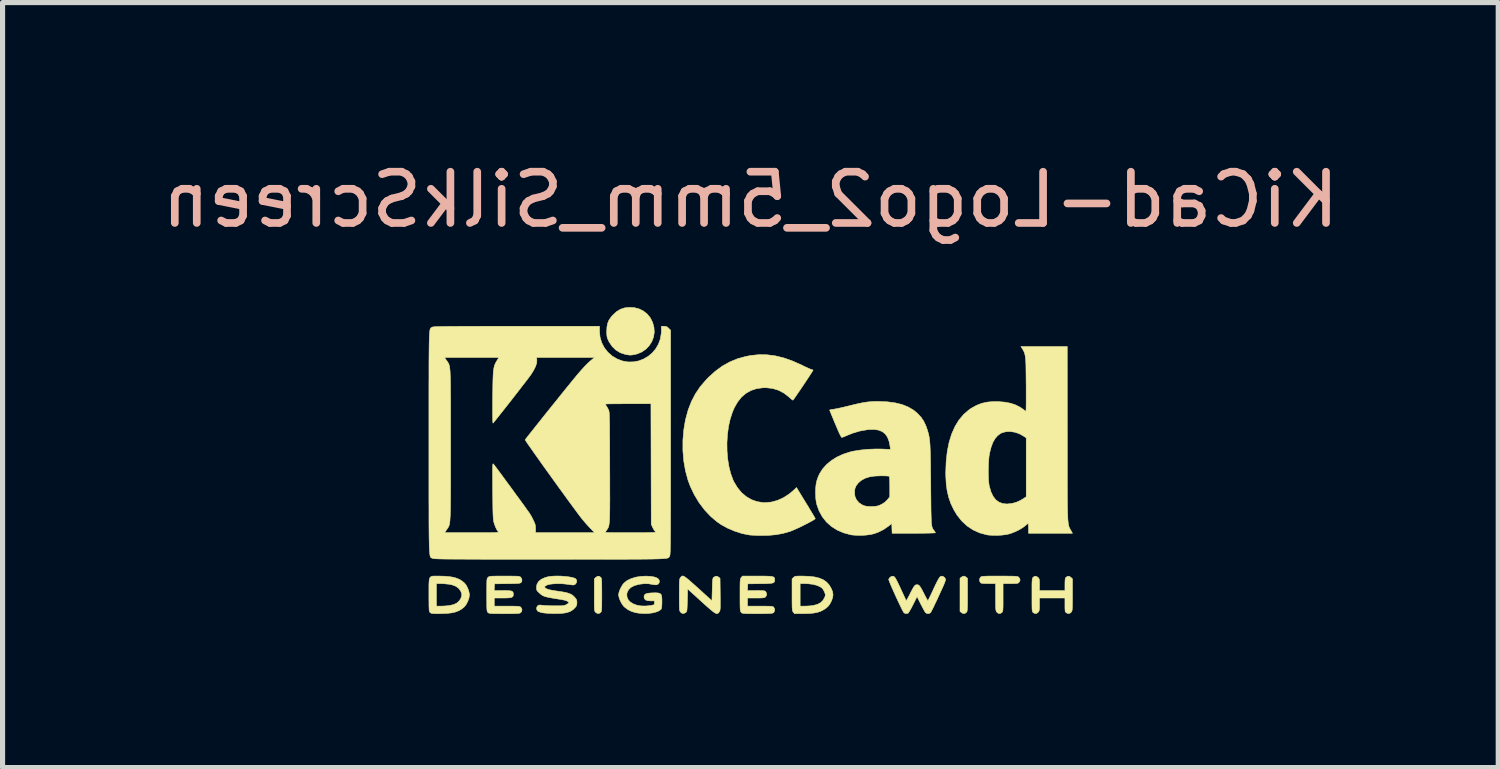
<source format=kicad_pcb>
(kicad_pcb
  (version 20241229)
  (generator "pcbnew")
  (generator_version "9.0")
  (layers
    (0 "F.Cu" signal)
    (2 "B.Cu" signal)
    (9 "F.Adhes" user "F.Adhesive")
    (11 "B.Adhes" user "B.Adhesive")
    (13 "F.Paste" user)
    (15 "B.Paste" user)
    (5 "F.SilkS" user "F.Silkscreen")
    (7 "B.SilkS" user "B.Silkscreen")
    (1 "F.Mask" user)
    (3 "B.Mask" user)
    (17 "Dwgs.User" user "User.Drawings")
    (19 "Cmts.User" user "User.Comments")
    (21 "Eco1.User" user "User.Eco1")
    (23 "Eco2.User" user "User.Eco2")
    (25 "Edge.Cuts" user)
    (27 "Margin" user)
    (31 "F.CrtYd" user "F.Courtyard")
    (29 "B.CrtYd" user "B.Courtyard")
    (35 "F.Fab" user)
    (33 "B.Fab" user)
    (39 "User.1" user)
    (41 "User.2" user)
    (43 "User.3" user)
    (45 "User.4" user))
  (footprint "KiCad-Logo2_5mm_SilkScreen"
    (layer "F.Cu")
    (at 11.601 5.928)
    (property "Reference" "KiCad-Logo2_5mm_SilkScreen" (at 0 -5.08 0) (layer "B.SilkS") (effects (font (size 1 1) (thickness 0.15)) (justify mirror)))
    (attr exclude_from_pos_files exclude_from_bom)
    (fp_poly (pts (xy 4.189 2.276) (xy 4.212 2.291) (xy 4.239 2.312) (xy 4.239 2.634) (xy 4.239 2.728) (xy 4.239 2.802) (xy 4.238 2.859) (xy 4.236 2.901) (xy 4.234 2.931) (xy 4.231 2.951) (xy 4.227 2.965) (xy 4.221 2.974) (xy 4.217 2.979) (xy 4.186 3) (xy 4.15 2.999) (xy 4.119 2.981) (xy 4.092 2.96) (xy 4.092 2.312) (xy 4.119 2.291) (xy 4.145 2.275) (xy 4.166 2.269) (xy 4.189 2.276)) (stroke (width 0.01) (type solid)) (fill yes) (layer "F.SilkS"))
    (fp_poly (pts (xy -2.924 2.292) (xy -2.917 2.299) (xy -2.912 2.309) (xy -2.908 2.324) (xy -2.905 2.346) (xy -2.903 2.378) (xy -2.902 2.422) (xy -2.902 2.482) (xy -2.901 2.56) (xy -2.901 2.636) (xy -2.901 2.73) (xy -2.902 2.804) (xy -2.902 2.86) (xy -2.904 2.902) (xy -2.906 2.932) (xy -2.909 2.952) (xy -2.913 2.965) (xy -2.919 2.974) (xy -2.924 2.98) (xy -2.957 3) (xy -2.992 2.998) (xy -3.023 2.977) (xy -3.031 2.968) (xy -3.036 2.959) (xy -3.041 2.945) (xy -3.044 2.924) (xy -3.046 2.895) (xy -3.047 2.853) (xy -3.048 2.796) (xy -3.048 2.722) (xy -3.048 2.638) (xy -3.048 2.324) (xy -3.02 2.297) (xy -2.986 2.273) (xy -2.953 2.273) (xy -2.924 2.292)) (stroke (width 0.01) (type solid)) (fill yes) (layer "F.SilkS"))
    (fp_poly (pts (xy -2.273 -2.973) (xy -2.177 -2.949) (xy -2.09 -2.906) (xy -2.015 -2.847) (xy -1.954 -2.772) (xy -1.909 -2.683) (xy -1.883 -2.586) (xy -1.877 -2.489) (xy -1.892 -2.395) (xy -1.926 -2.307) (xy -1.977 -2.228) (xy -2.042 -2.16) (xy -2.121 -2.106) (xy -2.212 -2.068) (xy -2.263 -2.056) (xy -2.308 -2.048) (xy -2.342 -2.045) (xy -2.375 -2.047) (xy -2.415 -2.054) (xy -2.449 -2.061) (xy -2.542 -2.092) (xy -2.626 -2.143) (xy -2.698 -2.213) (xy -2.756 -2.298) (xy -2.77 -2.326) (xy -2.787 -2.362) (xy -2.797 -2.392) (xy -2.802 -2.425) (xy -2.805 -2.466) (xy -2.805 -2.512) (xy -2.801 -2.596) (xy -2.787 -2.665) (xy -2.762 -2.726) (xy -2.723 -2.784) (xy -2.684 -2.829) (xy -2.612 -2.895) (xy -2.537 -2.94) (xy -2.455 -2.967) (xy -2.377 -2.977) (xy -2.273 -2.973)) (stroke (width 0.01) (type solid)) (fill yes) (layer "F.SilkS"))
    (fp_poly (pts (xy 4.963 2.269) (xy 5.042 2.27) (xy 5.103 2.27) (xy 5.149 2.272) (xy 5.182 2.274) (xy 5.205 2.277) (xy 5.221 2.28) (xy 5.231 2.285) (xy 5.236 2.289) (xy 5.261 2.321) (xy 5.265 2.355) (xy 5.249 2.386) (xy 5.238 2.398) (xy 5.227 2.406) (xy 5.211 2.412) (xy 5.186 2.414) (xy 5.147 2.416) (xy 5.09 2.416) (xy 5.079 2.416) (xy 4.933 2.416) (xy 4.933 2.687) (xy 4.933 2.772) (xy 4.933 2.838) (xy 4.932 2.887) (xy 4.93 2.922) (xy 4.927 2.946) (xy 4.923 2.962) (xy 4.918 2.972) (xy 4.911 2.98) (xy 4.878 3) (xy 4.843 2.999) (xy 4.812 2.976) (xy 4.81 2.973) (xy 4.802 2.962) (xy 4.797 2.95) (xy 4.793 2.933) (xy 4.79 2.908) (xy 4.788 2.872) (xy 4.787 2.822) (xy 4.787 2.755) (xy 4.786 2.68) (xy 4.786 2.416) (xy 4.647 2.416) (xy 4.587 2.415) (xy 4.546 2.414) (xy 4.519 2.411) (xy 4.502 2.405) (xy 4.49 2.397) (xy 4.489 2.395) (xy 4.473 2.362) (xy 4.474 2.324) (xy 4.493 2.292) (xy 4.5 2.285) (xy 4.51 2.28) (xy 4.524 2.276) (xy 4.545 2.274) (xy 4.575 2.272) (xy 4.618 2.27) (xy 4.676 2.269) (xy 4.75 2.269) (xy 4.844 2.269) (xy 4.864 2.269) (xy 4.963 2.269)) (stroke (width 0.01) (type solid)) (fill yes) (layer "F.SilkS"))
    (fp_poly (pts (xy 6.229 2.275) (xy 6.26 2.297) (xy 6.288 2.324) (xy 6.288 2.634) (xy 6.288 2.726) (xy 6.287 2.798) (xy 6.287 2.853) (xy 6.285 2.893) (xy 6.283 2.922) (xy 6.28 2.942) (xy 6.275 2.956) (xy 6.269 2.967) (xy 6.265 2.973) (xy 6.234 2.998) (xy 6.198 3) (xy 6.166 2.985) (xy 6.156 2.976) (xy 6.148 2.965) (xy 6.144 2.946) (xy 6.142 2.915) (xy 6.141 2.869) (xy 6.141 2.833) (xy 6.141 2.698) (xy 5.644 2.698) (xy 5.644 2.821) (xy 5.644 2.877) (xy 5.642 2.915) (xy 5.638 2.941) (xy 5.63 2.96) (xy 5.621 2.973) (xy 5.59 2.998) (xy 5.555 3.001) (xy 5.522 2.983) (xy 5.513 2.974) (xy 5.506 2.962) (xy 5.502 2.943) (xy 5.499 2.914) (xy 5.498 2.87) (xy 5.497 2.808) (xy 5.497 2.794) (xy 5.497 2.678) (xy 5.497 2.582) (xy 5.497 2.504) (xy 5.497 2.443) (xy 5.498 2.396) (xy 5.5 2.361) (xy 5.502 2.335) (xy 5.505 2.318) (xy 5.51 2.306) (xy 5.515 2.298) (xy 5.52 2.292) (xy 5.552 2.272) (xy 5.585 2.275) (xy 5.617 2.297) (xy 5.629 2.311) (xy 5.638 2.327) (xy 5.642 2.35) (xy 5.644 2.384) (xy 5.644 2.436) (xy 5.644 2.551) (xy 6.141 2.551) (xy 6.141 2.433) (xy 6.142 2.378) (xy 6.144 2.341) (xy 6.148 2.317) (xy 6.155 2.301) (xy 6.164 2.292) (xy 6.196 2.272) (xy 6.229 2.275)) (stroke (width 0.01) (type solid)) (fill yes) (layer "F.SilkS"))
    (fp_poly (pts (xy 1.018 2.269) (xy 1.147 2.274) (xy 1.257 2.287) (xy 1.349 2.31) (xy 1.426 2.343) (xy 1.489 2.388) (xy 1.539 2.444) (xy 1.58 2.514) (xy 1.58 2.515) (xy 1.605 2.577) (xy 1.613 2.633) (xy 1.606 2.688) (xy 1.584 2.751) (xy 1.579 2.761) (xy 1.55 2.817) (xy 1.517 2.86) (xy 1.475 2.897) (xy 1.417 2.934) (xy 1.414 2.936) (xy 1.364 2.96) (xy 1.307 2.978) (xy 1.24 2.991) (xy 1.159 2.999) (xy 1.06 3.002) (xy 1.025 3.002) (xy 0.86 3.003) (xy 0.836 2.973) (xy 0.829 2.963) (xy 0.824 2.952) (xy 0.82 2.936) (xy 0.817 2.913) (xy 0.815 2.88) (xy 0.814 2.856) (xy 0.971 2.856) (xy 1.065 2.856) (xy 1.12 2.854) (xy 1.176 2.85) (xy 1.222 2.844) (xy 1.225 2.844) (xy 1.307 2.822) (xy 1.371 2.789) (xy 1.418 2.743) (xy 1.451 2.683) (xy 1.457 2.667) (xy 1.463 2.642) (xy 1.46 2.618) (xy 1.448 2.585) (xy 1.441 2.569) (xy 1.418 2.527) (xy 1.39 2.497) (xy 1.359 2.477) (xy 1.297 2.45) (xy 1.218 2.43) (xy 1.125 2.419) (xy 1.058 2.416) (xy 0.971 2.416) (xy 0.971 2.856) (xy 0.814 2.856) (xy 0.814 2.835) (xy 0.813 2.774) (xy 0.813 2.696) (xy 0.813 2.634) (xy 0.813 2.324) (xy 0.841 2.297) (xy 0.853 2.286) (xy 0.866 2.278) (xy 0.885 2.273) (xy 0.913 2.27) (xy 0.955 2.269) (xy 1.015 2.269) (xy 1.018 2.269)) (stroke (width 0.01) (type solid)) (fill yes) (layer "F.SilkS"))
    (fp_poly (pts (xy -6.121 2.269) (xy -6.082 2.269) (xy -5.966 2.272) (xy -5.869 2.281) (xy -5.788 2.295) (xy -5.719 2.317) (xy -5.658 2.347) (xy -5.604 2.387) (xy -5.584 2.404) (xy -5.552 2.443) (xy -5.523 2.497) (xy -5.5 2.557) (xy -5.488 2.615) (xy -5.486 2.636) (xy -5.494 2.695) (xy -5.516 2.759) (xy -5.547 2.82) (xy -5.584 2.868) (xy -5.59 2.874) (xy -5.641 2.915) (xy -5.696 2.947) (xy -5.76 2.971) (xy -5.834 2.988) (xy -5.924 2.998) (xy -6.031 3.002) (xy -6.08 3.003) (xy -6.142 3.003) (xy -6.186 3.001) (xy -6.215 2.999) (xy -6.234 2.994) (xy -6.247 2.987) (xy -6.254 2.98) (xy -6.261 2.973) (xy -6.266 2.963) (xy -6.27 2.948) (xy -6.273 2.926) (xy -6.274 2.894) (xy -6.276 2.85) (xy -6.276 2.79) (xy -6.277 2.712) (xy -6.277 2.636) (xy -6.277 2.535) (xy -6.277 2.454) (xy -6.276 2.416) (xy -6.13 2.416) (xy -6.13 2.856) (xy -6.037 2.856) (xy -5.981 2.854) (xy -5.922 2.85) (xy -5.873 2.844) (xy -5.872 2.844) (xy -5.792 2.825) (xy -5.731 2.795) (xy -5.684 2.753) (xy -5.655 2.707) (xy -5.636 2.656) (xy -5.638 2.608) (xy -5.659 2.557) (xy -5.7 2.504) (xy -5.758 2.465) (xy -5.833 2.438) (xy -5.883 2.429) (xy -5.939 2.423) (xy -6 2.418) (xy -6.051 2.416) (xy -6.054 2.416) (xy -6.13 2.416) (xy -6.276 2.416) (xy -6.275 2.392) (xy -6.271 2.345) (xy -6.263 2.312) (xy -6.25 2.29) (xy -6.23 2.277) (xy -6.203 2.27) (xy -6.167 2.269) (xy -6.121 2.269)) (stroke (width 0.01) (type solid)) (fill yes) (layer "F.SilkS"))
    (fp_poly (pts (xy -1.3 2.273) (xy -1.277 2.287) (xy -1.246 2.31) (xy -1.206 2.342) (xy -1.156 2.386) (xy -1.094 2.441) (xy -1.018 2.509) (xy -0.931 2.588) (xy -0.751 2.752) (xy -0.745 2.532) (xy -0.743 2.456) (xy -0.741 2.4) (xy -0.739 2.36) (xy -0.736 2.332) (xy -0.731 2.314) (xy -0.725 2.303) (xy -0.717 2.294) (xy -0.713 2.291) (xy -0.678 2.272) (xy -0.645 2.274) (xy -0.619 2.291) (xy -0.593 2.312) (xy -0.589 2.627) (xy -0.588 2.72) (xy -0.588 2.793) (xy -0.588 2.848) (xy -0.589 2.889) (xy -0.591 2.919) (xy -0.594 2.939) (xy -0.598 2.953) (xy -0.604 2.964) (xy -0.61 2.972) (xy -0.623 2.988) (xy -0.637 2.999) (xy -0.652 3.003) (xy -0.671 2.999) (xy -0.695 2.987) (xy -0.727 2.965) (xy -0.768 2.932) (xy -0.821 2.887) (xy -0.886 2.829) (xy -0.96 2.762) (xy -1.225 2.521) (xy -1.23 2.741) (xy -1.233 2.816) (xy -1.235 2.872) (xy -1.237 2.913) (xy -1.24 2.94) (xy -1.244 2.958) (xy -1.25 2.969) (xy -1.259 2.978) (xy -1.263 2.981) (xy -1.3 3) (xy -1.335 2.997) (xy -1.365 2.973) (xy -1.372 2.963) (xy -1.378 2.952) (xy -1.382 2.936) (xy -1.385 2.913) (xy -1.386 2.88) (xy -1.388 2.835) (xy -1.388 2.774) (xy -1.389 2.694) (xy -1.389 2.636) (xy -1.388 2.544) (xy -1.388 2.473) (xy -1.387 2.418) (xy -1.386 2.378) (xy -1.384 2.349) (xy -1.38 2.329) (xy -1.376 2.315) (xy -1.37 2.305) (xy -1.365 2.299) (xy -1.354 2.285) (xy -1.343 2.274) (xy -1.332 2.268) (xy -1.318 2.267) (xy -1.3 2.273)) (stroke (width 0.01) (type solid)) (fill yes) (layer "F.SilkS"))
    (fp_poly (pts (xy -1.95 2.275) (xy -1.882 2.286) (xy -1.829 2.304) (xy -1.795 2.327) (xy -1.785 2.341) (xy -1.776 2.372) (xy -1.782 2.4) (xy -1.802 2.427) (xy -1.834 2.44) (xy -1.879 2.439) (xy -1.914 2.432) (xy -1.992 2.419) (xy -2.072 2.418) (xy -2.162 2.428) (xy -2.186 2.433) (xy -2.269 2.456) (xy -2.334 2.491) (xy -2.38 2.537) (xy -2.407 2.592) (xy -2.413 2.621) (xy -2.409 2.68) (xy -2.386 2.732) (xy -2.345 2.776) (xy -2.288 2.811) (xy -2.219 2.837) (xy -2.138 2.852) (xy -2.048 2.854) (xy -1.951 2.845) (xy -1.945 2.844) (xy -1.907 2.836) (xy -1.885 2.83) (xy -1.876 2.819) (xy -1.874 2.802) (xy -1.874 2.793) (xy -1.874 2.754) (xy -1.942 2.754) (xy -2.003 2.75) (xy -2.044 2.737) (xy -2.068 2.714) (xy -2.077 2.679) (xy -2.077 2.674) (xy -2.072 2.645) (xy -2.054 2.623) (xy -2.022 2.609) (xy -1.972 2.601) (xy -1.923 2.598) (xy -1.852 2.596) (xy -1.801 2.599) (xy -1.766 2.609) (xy -1.744 2.628) (xy -1.733 2.66) (xy -1.728 2.708) (xy -1.727 2.77) (xy -1.729 2.84) (xy -1.733 2.887) (xy -1.74 2.912) (xy -1.741 2.914) (xy -1.78 2.946) (xy -1.837 2.97) (xy -1.909 2.988) (xy -1.991 2.999) (xy -2.081 3.001) (xy -2.175 2.994) (xy -2.23 2.986) (xy -2.316 2.962) (xy -2.396 2.922) (xy -2.463 2.87) (xy -2.473 2.86) (xy -2.506 2.816) (xy -2.536 2.762) (xy -2.559 2.706) (xy -2.572 2.654) (xy -2.574 2.635) (xy -2.567 2.593) (xy -2.55 2.542) (xy -2.524 2.488) (xy -2.495 2.439) (xy -2.469 2.406) (xy -2.408 2.357) (xy -2.329 2.319) (xy -2.235 2.29) (xy -2.129 2.274) (xy -2.032 2.27) (xy -1.95 2.275)) (stroke (width 0.01) (type solid)) (fill yes) (layer "F.SilkS"))
    (fp_poly (pts (xy 0.23 2.269) (xy 0.307 2.27) (xy 0.365 2.272) (xy 0.408 2.276) (xy 0.438 2.282) (xy 0.457 2.291) (xy 0.468 2.303) (xy 0.473 2.319) (xy 0.474 2.339) (xy 0.474 2.341) (xy 0.473 2.364) (xy 0.468 2.382) (xy 0.457 2.395) (xy 0.437 2.404) (xy 0.406 2.41) (xy 0.36 2.414) (xy 0.298 2.417) (xy 0.216 2.418) (xy 0.191 2.418) (xy -0.051 2.421) (xy -0.054 2.486) (xy -0.058 2.551) (xy 0.111 2.551) (xy 0.176 2.552) (xy 0.223 2.553) (xy 0.255 2.555) (xy 0.276 2.559) (xy 0.289 2.565) (xy 0.299 2.573) (xy 0.299 2.573) (xy 0.316 2.607) (xy 0.316 2.643) (xy 0.297 2.674) (xy 0.294 2.678) (xy 0.281 2.686) (xy 0.263 2.692) (xy 0.237 2.695) (xy 0.197 2.697) (xy 0.142 2.698) (xy 0.106 2.698) (xy -0.056 2.698) (xy -0.056 2.856) (xy 0.19 2.856) (xy 0.272 2.856) (xy 0.333 2.857) (xy 0.379 2.858) (xy 0.41 2.86) (xy 0.431 2.864) (xy 0.445 2.868) (xy 0.453 2.874) (xy 0.455 2.877) (xy 0.472 2.908) (xy 0.473 2.944) (xy 0.46 2.975) (xy 0.449 2.985) (xy 0.438 2.991) (xy 0.421 2.995) (xy 0.396 2.998) (xy 0.359 3) (xy 0.308 3.002) (xy 0.24 3.003) (xy 0.153 3.003) (xy 0.133 3.003) (xy 0.045 3.003) (xy -0.024 3.002) (xy -0.075 3.002) (xy -0.113 3) (xy -0.139 2.998) (xy -0.156 2.994) (xy -0.167 2.989) (xy -0.176 2.983) (xy -0.18 2.978) (xy -0.187 2.97) (xy -0.192 2.96) (xy -0.196 2.945) (xy -0.199 2.923) (xy -0.201 2.89) (xy -0.202 2.845) (xy -0.203 2.785) (xy -0.203 2.707) (xy -0.203 2.641) (xy -0.203 2.549) (xy -0.203 2.476) (xy -0.202 2.421) (xy -0.201 2.38) (xy -0.198 2.35) (xy -0.195 2.33) (xy -0.191 2.316) (xy -0.185 2.305) (xy -0.18 2.299) (xy -0.156 2.269) (xy 0.134 2.269) (xy 0.23 2.269)) (stroke (width 0.01) (type solid)) (fill yes) (layer "F.SilkS"))
    (fp_poly (pts (xy -4.713 2.269) (xy -4.643 2.27) (xy -4.591 2.27) (xy -4.553 2.272) (xy -4.526 2.274) (xy -4.508 2.278) (xy -4.496 2.283) (xy -4.487 2.289) (xy -4.484 2.292) (xy -4.464 2.323) (xy -4.46 2.359) (xy -4.473 2.391) (xy -4.48 2.397) (xy -4.489 2.403) (xy -4.505 2.408) (xy -4.529 2.412) (xy -4.566 2.414) (xy -4.617 2.416) (xy -4.685 2.418) (xy -4.748 2.418) (xy -4.995 2.421) (xy -4.999 2.486) (xy -5.002 2.551) (xy -4.834 2.551) (xy -4.761 2.552) (xy -4.708 2.555) (xy -4.671 2.56) (xy -4.647 2.57) (xy -4.634 2.586) (xy -4.629 2.607) (xy -4.628 2.628) (xy -4.631 2.653) (xy -4.64 2.671) (xy -4.659 2.684) (xy -4.691 2.692) (xy -4.738 2.696) (xy -4.804 2.698) (xy -4.84 2.698) (xy -5.001 2.698) (xy -5.001 2.856) (xy -4.753 2.856) (xy -4.671 2.856) (xy -4.609 2.857) (xy -4.564 2.858) (xy -4.532 2.86) (xy -4.511 2.863) (xy -4.496 2.868) (xy -4.487 2.874) (xy -4.482 2.879) (xy -4.465 2.906) (xy -4.459 2.929) (xy -4.467 2.959) (xy -4.482 2.98) (xy -4.49 2.987) (xy -4.5 2.992) (xy -4.515 2.996) (xy -4.538 2.999) (xy -4.571 3.001) (xy -4.618 3.002) (xy -4.68 3.003) (xy -4.761 3.003) (xy -4.803 3.003) (xy -4.894 3.003) (xy -4.964 3.002) (xy -5.017 3.002) (xy -5.056 3) (xy -5.083 2.998) (xy -5.101 2.994) (xy -5.113 2.99) (xy -5.122 2.983) (xy -5.125 2.98) (xy -5.132 2.973) (xy -5.137 2.963) (xy -5.141 2.948) (xy -5.144 2.926) (xy -5.146 2.894) (xy -5.147 2.849) (xy -5.147 2.789) (xy -5.148 2.711) (xy -5.148 2.638) (xy -5.148 2.545) (xy -5.147 2.471) (xy -5.147 2.415) (xy -5.146 2.374) (xy -5.144 2.345) (xy -5.141 2.325) (xy -5.136 2.312) (xy -5.131 2.303) (xy -5.123 2.295) (xy -5.122 2.294) (xy -5.113 2.286) (xy -5.103 2.28) (xy -5.089 2.276) (xy -5.067 2.273) (xy -5.036 2.271) (xy -4.993 2.27) (xy -4.934 2.269) (xy -4.857 2.269) (xy -4.802 2.269) (xy -4.713 2.269)) (stroke (width 0.01) (type solid)) (fill yes) (layer "F.SilkS"))
    (fp_poly (pts (xy 3.745 2.271) (xy 3.764 2.278) (xy 3.765 2.278) (xy 3.792 2.299) (xy 3.806 2.32) (xy 3.809 2.329) (xy 3.809 2.342) (xy 3.805 2.361) (xy 3.796 2.387) (xy 3.782 2.424) (xy 3.761 2.473) (xy 3.732 2.536) (xy 3.695 2.617) (xy 3.675 2.661) (xy 3.639 2.74) (xy 3.604 2.812) (xy 3.574 2.876) (xy 3.548 2.928) (xy 3.528 2.965) (xy 3.516 2.986) (xy 3.513 2.989) (xy 3.482 3.001) (xy 3.447 3) (xy 3.419 2.984) (xy 3.418 2.983) (xy 3.407 2.966) (xy 3.388 2.933) (xy 3.364 2.888) (xy 3.337 2.836) (xy 3.327 2.817) (xy 3.254 2.67) (xy 3.174 2.829) (xy 3.146 2.884) (xy 3.119 2.932) (xy 3.097 2.969) (xy 3.081 2.991) (xy 3.076 2.996) (xy 3.034 3.002) (xy 3 2.989) (xy 2.99 2.974) (xy 2.972 2.943) (xy 2.949 2.897) (xy 2.921 2.839) (xy 2.89 2.774) (xy 2.857 2.704) (xy 2.824 2.631) (xy 2.792 2.56) (xy 2.763 2.494) (xy 2.737 2.435) (xy 2.718 2.386) (xy 2.705 2.352) (xy 2.7 2.334) (xy 2.7 2.334) (xy 2.711 2.311) (xy 2.733 2.289) (xy 2.735 2.288) (xy 2.762 2.272) (xy 2.787 2.273) (xy 2.796 2.275) (xy 2.808 2.282) (xy 2.82 2.294) (xy 2.834 2.315) (xy 2.852 2.347) (xy 2.875 2.393) (xy 2.905 2.455) (xy 2.932 2.512) (xy 2.962 2.578) (xy 2.99 2.638) (xy 3.013 2.688) (xy 3.03 2.725) (xy 3.039 2.746) (xy 3.041 2.749) (xy 3.047 2.743) (xy 3.061 2.721) (xy 3.081 2.685) (xy 3.106 2.638) (xy 3.115 2.619) (xy 3.148 2.554) (xy 3.174 2.507) (xy 3.194 2.474) (xy 3.21 2.454) (xy 3.226 2.443) (xy 3.242 2.439) (xy 3.252 2.438) (xy 3.271 2.44) (xy 3.287 2.447) (xy 3.303 2.462) (xy 3.321 2.487) (xy 3.344 2.526) (xy 3.373 2.581) (xy 3.389 2.613) (xy 3.415 2.663) (xy 3.437 2.705) (xy 3.454 2.734) (xy 3.464 2.748) (xy 3.466 2.749) (xy 3.472 2.738) (xy 3.487 2.709) (xy 3.508 2.666) (xy 3.534 2.612) (xy 3.564 2.548) (xy 3.578 2.517) (xy 3.616 2.436) (xy 3.647 2.374) (xy 3.672 2.328) (xy 3.692 2.297) (xy 3.71 2.278) (xy 3.727 2.271) (xy 3.745 2.271)) (stroke (width 0.01) (type solid)) (fill yes) (layer "F.SilkS"))
    (fp_poly (pts (xy -3.692 2.27) (xy -3.617 2.276) (xy -3.547 2.284) (xy -3.487 2.295) (xy -3.44 2.308) (xy -3.41 2.323) (xy -3.406 2.327) (xy -3.39 2.362) (xy -3.395 2.397) (xy -3.419 2.428) (xy -3.421 2.429) (xy -3.435 2.438) (xy -3.45 2.443) (xy -3.471 2.443) (xy -3.503 2.44) (xy -3.552 2.432) (xy -3.556 2.432) (xy -3.629 2.423) (xy -3.707 2.418) (xy -3.786 2.418) (xy -3.859 2.422) (xy -3.922 2.43) (xy -3.968 2.443) (xy -3.971 2.444) (xy -4.005 2.463) (xy -4.017 2.482) (xy -4.008 2.5) (xy -3.978 2.518) (xy -3.929 2.535) (xy -3.861 2.549) (xy -3.816 2.556) (xy -3.721 2.57) (xy -3.647 2.582) (xy -3.588 2.594) (xy -3.542 2.608) (xy -3.506 2.623) (xy -3.476 2.641) (xy -3.449 2.664) (xy -3.428 2.686) (xy -3.403 2.717) (xy -3.391 2.743) (xy -3.387 2.776) (xy -3.387 2.788) (xy -3.39 2.828) (xy -3.401 2.857) (xy -3.421 2.883) (xy -3.462 2.924) (xy -3.508 2.954) (xy -3.562 2.976) (xy -3.627 2.991) (xy -3.707 2.999) (xy -3.805 3.001) (xy -3.821 3.001) (xy -3.887 3) (xy -3.952 2.997) (xy -4.009 2.992) (xy -4.052 2.987) (xy -4.055 2.987) (xy -4.098 2.976) (xy -4.134 2.964) (xy -4.154 2.952) (xy -4.173 2.922) (xy -4.174 2.886) (xy -4.158 2.854) (xy -4.154 2.851) (xy -4.139 2.84) (xy -4.12 2.835) (xy -4.091 2.836) (xy -4.056 2.84) (xy -4.016 2.844) (xy -3.96 2.847) (xy -3.895 2.849) (xy -3.828 2.85) (xy -3.81 2.85) (xy -3.742 2.85) (xy -3.692 2.849) (xy -3.657 2.846) (xy -3.63 2.841) (xy -3.609 2.834) (xy -3.596 2.828) (xy -3.568 2.811) (xy -3.55 2.796) (xy -3.547 2.792) (xy -3.553 2.774) (xy -3.579 2.757) (xy -3.624 2.741) (xy -3.687 2.728) (xy -3.705 2.725) (xy -3.801 2.71) (xy -3.878 2.697) (xy -3.938 2.686) (xy -3.984 2.676) (xy -4.021 2.665) (xy -4.049 2.653) (xy -4.073 2.639) (xy -4.096 2.622) (xy -4.119 2.601) (xy -4.127 2.594) (xy -4.155 2.567) (xy -4.17 2.545) (xy -4.176 2.52) (xy -4.177 2.489) (xy -4.167 2.428) (xy -4.136 2.376) (xy -4.085 2.333) (xy -4.013 2.3) (xy -3.962 2.285) (xy -3.907 2.275) (xy -3.841 2.27) (xy -3.768 2.268) (xy -3.692 2.27)) (stroke (width 0.01) (type solid)) (fill yes) (layer "F.SilkS"))
    (fp_poly (pts (xy 0.328 -2.051) (xy 0.489 -2.03) (xy 0.653 -1.99) (xy 0.822 -1.93) (xy 1 -1.851) (xy 1.011 -1.845) (xy 1.069 -1.817) (xy 1.121 -1.793) (xy 1.162 -1.775) (xy 1.19 -1.764) (xy 1.2 -1.761) (xy 1.219 -1.756) (xy 1.224 -1.752) (xy 1.218 -1.741) (xy 1.202 -1.715) (xy 1.177 -1.676) (xy 1.145 -1.626) (xy 1.107 -1.569) (xy 1.066 -1.507) (xy 1.023 -1.442) (xy 0.98 -1.379) (xy 0.939 -1.319) (xy 0.902 -1.265) (xy 0.871 -1.22) (xy 0.847 -1.186) (xy 0.832 -1.167) (xy 0.83 -1.165) (xy 0.82 -1.17) (xy 0.798 -1.187) (xy 0.767 -1.214) (xy 0.752 -1.228) (xy 0.655 -1.303) (xy 0.548 -1.359) (xy 0.433 -1.394) (xy 0.31 -1.408) (xy 0.241 -1.407) (xy 0.119 -1.39) (xy 0.01 -1.354) (xy -0.087 -1.299) (xy -0.174 -1.225) (xy -0.249 -1.131) (xy -0.314 -1.018) (xy -0.351 -0.931) (xy -0.395 -0.796) (xy -0.428 -0.648) (xy -0.448 -0.493) (xy -0.458 -0.333) (xy -0.456 -0.173) (xy -0.443 -0.016) (xy -0.419 0.133) (xy -0.384 0.271) (xy -0.338 0.395) (xy -0.322 0.429) (xy -0.253 0.543) (xy -0.173 0.64) (xy -0.081 0.718) (xy 0.02 0.777) (xy 0.13 0.816) (xy 0.247 0.834) (xy 0.289 0.835) (xy 0.41 0.824) (xy 0.531 0.791) (xy 0.649 0.737) (xy 0.762 0.663) (xy 0.854 0.585) (xy 0.9 0.54) (xy 1.081 0.837) (xy 1.127 0.911) (xy 1.168 0.98) (xy 1.204 1.039) (xy 1.233 1.088) (xy 1.254 1.124) (xy 1.265 1.144) (xy 1.266 1.147) (xy 1.258 1.157) (xy 1.233 1.174) (xy 1.193 1.197) (xy 1.142 1.225) (xy 1.084 1.255) (xy 1.021 1.287) (xy 0.958 1.318) (xy 0.896 1.346) (xy 0.839 1.371) (xy 0.791 1.391) (xy 0.768 1.399) (xy 0.634 1.437) (xy 0.496 1.462) (xy 0.349 1.475) (xy 0.222 1.477) (xy 0.154 1.476) (xy 0.088 1.474) (xy 0.031 1.471) (xy -0.013 1.468) (xy -0.027 1.466) (xy -0.166 1.438) (xy -0.307 1.392) (xy -0.445 1.334) (xy -0.572 1.264) (xy -0.649 1.211) (xy -0.777 1.103) (xy -0.895 0.977) (xy -1.002 0.835) (xy -1.095 0.681) (xy -1.173 0.518) (xy -1.217 0.401) (xy -1.267 0.217) (xy -1.301 0.023) (xy -1.318 -0.179) (xy -1.318 -0.382) (xy -1.301 -0.584) (xy -1.268 -0.781) (xy -1.217 -0.967) (xy -1.214 -0.978) (xy -1.151 -1.14) (xy -1.074 -1.288) (xy -0.981 -1.426) (xy -0.868 -1.558) (xy -0.825 -1.604) (xy -0.688 -1.728) (xy -0.549 -1.83) (xy -0.403 -1.912) (xy -0.249 -1.975) (xy -0.084 -2.02) (xy 0.011 -2.038) (xy 0.17 -2.054) (xy 0.328 -2.051)) (stroke (width 0.01) (type solid)) (fill yes) (layer "F.SilkS"))
    (fp_poly (pts (xy 6.187 -0.528) (xy 6.187 -0.293) (xy 6.187 -0.08) (xy 6.187 0.112) (xy 6.187 0.285) (xy 6.187 0.441) (xy 6.188 0.579) (xy 6.188 0.701) (xy 6.189 0.808) (xy 6.19 0.901) (xy 6.192 0.982) (xy 6.194 1.051) (xy 6.196 1.11) (xy 6.198 1.159) (xy 6.202 1.2) (xy 6.205 1.234) (xy 6.21 1.262) (xy 6.214 1.285) (xy 6.22 1.304) (xy 6.226 1.321) (xy 6.233 1.335) (xy 6.24 1.349) (xy 6.249 1.364) (xy 6.254 1.373) (xy 6.288 1.434) (xy 5.43 1.434) (xy 5.43 1.338) (xy 5.429 1.294) (xy 5.427 1.261) (xy 5.424 1.243) (xy 5.423 1.242) (xy 5.412 1.249) (xy 5.389 1.267) (xy 5.366 1.286) (xy 5.312 1.327) (xy 5.242 1.368) (xy 5.165 1.405) (xy 5.088 1.435) (xy 5.057 1.445) (xy 4.989 1.46) (xy 4.906 1.47) (xy 4.816 1.475) (xy 4.728 1.474) (xy 4.649 1.469) (xy 4.612 1.463) (xy 4.473 1.425) (xy 4.346 1.367) (xy 4.23 1.29) (xy 4.127 1.195) (xy 4.036 1.081) (xy 3.969 0.97) (xy 3.914 0.854) (xy 3.872 0.734) (xy 3.842 0.608) (xy 3.823 0.472) (xy 3.815 0.32) (xy 3.814 0.243) (xy 3.816 0.186) (xy 4.645 0.186) (xy 4.645 0.279) (xy 4.648 0.367) (xy 4.654 0.444) (xy 4.662 0.505) (xy 4.665 0.517) (xy 4.697 0.625) (xy 4.738 0.712) (xy 4.79 0.779) (xy 4.853 0.826) (xy 4.926 0.853) (xy 5.011 0.862) (xy 5.107 0.851) (xy 5.17 0.835) (xy 5.219 0.817) (xy 5.274 0.791) (xy 5.314 0.767) (xy 5.385 0.721) (xy 5.385 -0.429) (xy 5.317 -0.473) (xy 5.239 -0.514) (xy 5.155 -0.541) (xy 5.07 -0.553) (xy 4.988 -0.549) (xy 4.915 -0.53) (xy 4.883 -0.515) (xy 4.826 -0.472) (xy 4.777 -0.415) (xy 4.735 -0.342) (xy 4.701 -0.252) (xy 4.672 -0.141) (xy 4.671 -0.135) (xy 4.66 -0.073) (xy 4.653 0.005) (xy 4.648 0.093) (xy 4.645 0.186) (xy 3.816 0.186) (xy 3.822 0.03) (xy 3.844 -0.166) (xy 3.88 -0.345) (xy 3.93 -0.506) (xy 3.994 -0.65) (xy 4.071 -0.777) (xy 4.163 -0.886) (xy 4.268 -0.977) (xy 4.314 -1.008) (xy 4.415 -1.064) (xy 4.518 -1.104) (xy 4.628 -1.128) (xy 4.749 -1.138) (xy 4.842 -1.137) (xy 4.971 -1.126) (xy 5.084 -1.104) (xy 5.183 -1.07) (xy 5.271 -1.024) (xy 5.32 -0.99) (xy 5.349 -0.968) (xy 5.371 -0.953) (xy 5.379 -0.948) (xy 5.381 -0.959) (xy 5.382 -0.99) (xy 5.383 -1.037) (xy 5.384 -1.1) (xy 5.384 -1.173) (xy 5.384 -1.256) (xy 5.384 -1.344) (xy 5.384 -1.436) (xy 5.383 -1.528) (xy 5.382 -1.618) (xy 5.381 -1.704) (xy 5.38 -1.781) (xy 5.379 -1.848) (xy 5.377 -1.902) (xy 5.375 -1.94) (xy 5.375 -1.947) (xy 5.367 -2.018) (xy 5.356 -2.073) (xy 5.338 -2.12) (xy 5.312 -2.166) (xy 5.305 -2.176) (xy 5.281 -2.213) (xy 6.186 -2.213) (xy 6.187 -0.528)) (stroke (width 0.01) (type solid)) (fill yes) (layer "F.SilkS"))
    (fp_poly (pts (xy 2.674 -1.133) (xy 2.825 -1.113) (xy 2.961 -1.08) (xy 3.08 -1.032) (xy 3.185 -0.971) (xy 3.262 -0.907) (xy 3.331 -0.833) (xy 3.385 -0.753) (xy 3.428 -0.661) (xy 3.443 -0.618) (xy 3.456 -0.579) (xy 3.467 -0.543) (xy 3.477 -0.508) (xy 3.485 -0.472) (xy 3.492 -0.433) (xy 3.498 -0.39) (xy 3.503 -0.34) (xy 3.507 -0.283) (xy 3.51 -0.215) (xy 3.513 -0.136) (xy 3.515 -0.043) (xy 3.517 0.066) (xy 3.518 0.192) (xy 3.52 0.337) (xy 3.521 0.48) (xy 3.522 0.636) (xy 3.524 0.771) (xy 3.525 0.887) (xy 3.526 0.986) (xy 3.528 1.068) (xy 3.53 1.136) (xy 3.532 1.192) (xy 3.535 1.236) (xy 3.539 1.271) (xy 3.544 1.299) (xy 3.55 1.321) (xy 3.557 1.338) (xy 3.565 1.352) (xy 3.574 1.366) (xy 3.585 1.38) (xy 3.59 1.385) (xy 3.605 1.408) (xy 3.612 1.423) (xy 3.612 1.424) (xy 3.602 1.426) (xy 3.571 1.428) (xy 3.522 1.43) (xy 3.458 1.431) (xy 3.382 1.433) (xy 3.295 1.433) (xy 3.2 1.434) (xy 3.19 1.434) (xy 2.767 1.434) (xy 2.763 1.338) (xy 2.76 1.242) (xy 2.698 1.293) (xy 2.601 1.36) (xy 2.491 1.415) (xy 2.404 1.445) (xy 2.335 1.46) (xy 2.252 1.47) (xy 2.162 1.475) (xy 2.074 1.474) (xy 1.995 1.468) (xy 1.959 1.463) (xy 1.819 1.425) (xy 1.692 1.37) (xy 1.58 1.299) (xy 1.484 1.213) (xy 1.404 1.112) (xy 1.341 0.997) (xy 1.296 0.871) (xy 1.284 0.814) (xy 1.276 0.752) (xy 1.273 0.677) (xy 1.272 0.643) (xy 1.272 0.64) (xy 2.032 0.64) (xy 2.042 0.715) (xy 2.07 0.779) (xy 2.118 0.835) (xy 2.123 0.839) (xy 2.172 0.874) (xy 2.223 0.897) (xy 2.284 0.909) (xy 2.359 0.911) (xy 2.377 0.911) (xy 2.431 0.908) (xy 2.471 0.903) (xy 2.506 0.893) (xy 2.545 0.876) (xy 2.556 0.871) (xy 2.616 0.835) (xy 2.663 0.792) (xy 2.676 0.777) (xy 2.721 0.72) (xy 2.721 0.525) (xy 2.72 0.446) (xy 2.718 0.388) (xy 2.715 0.349) (xy 2.711 0.327) (xy 2.707 0.32) (xy 2.691 0.317) (xy 2.657 0.314) (xy 2.61 0.313) (xy 2.555 0.312) (xy 2.546 0.312) (xy 2.425 0.317) (xy 2.323 0.333) (xy 2.236 0.361) (xy 2.164 0.401) (xy 2.109 0.448) (xy 2.064 0.506) (xy 2.039 0.569) (xy 2.032 0.64) (xy 1.272 0.64) (xy 1.274 0.55) (xy 1.283 0.471) (xy 1.299 0.4) (xy 1.324 0.329) (xy 1.348 0.276) (xy 1.407 0.181) (xy 1.485 0.093) (xy 1.58 0.014) (xy 1.69 -0.055) (xy 1.813 -0.111) (xy 1.945 -0.154) (xy 2.009 -0.169) (xy 2.146 -0.191) (xy 2.294 -0.206) (xy 2.446 -0.212) (xy 2.572 -0.211) (xy 2.734 -0.204) (xy 2.727 -0.263) (xy 2.707 -0.362) (xy 2.676 -0.443) (xy 2.632 -0.506) (xy 2.575 -0.551) (xy 2.503 -0.58) (xy 2.416 -0.594) (xy 2.313 -0.591) (xy 2.275 -0.587) (xy 2.134 -0.562) (xy 1.997 -0.521) (xy 1.902 -0.483) (xy 1.857 -0.464) (xy 1.819 -0.448) (xy 1.792 -0.439) (xy 1.785 -0.437) (xy 1.775 -0.446) (xy 1.758 -0.475) (xy 1.734 -0.524) (xy 1.703 -0.594) (xy 1.665 -0.684) (xy 1.658 -0.7) (xy 1.628 -0.772) (xy 1.601 -0.838) (xy 1.578 -0.893) (xy 1.561 -0.936) (xy 1.55 -0.963) (xy 1.547 -0.972) (xy 1.557 -0.977) (xy 1.583 -0.982) (xy 1.611 -0.986) (xy 1.642 -0.991) (xy 1.689 -1) (xy 1.751 -1.013) (xy 1.821 -1.029) (xy 1.896 -1.047) (xy 1.925 -1.054) (xy 2.03 -1.08) (xy 2.117 -1.1) (xy 2.192 -1.115) (xy 2.258 -1.126) (xy 2.319 -1.133) (xy 2.381 -1.138) (xy 2.446 -1.14) (xy 2.504 -1.14) (xy 2.674 -1.133)) (stroke (width 0.01) (type solid)) (fill yes) (layer "F.SilkS"))
    (fp_poly (pts (xy -2.946 -2.511) (xy -2.936 -2.397) (xy -2.904 -2.289) (xy -2.853 -2.19) (xy -2.784 -2.102) (xy -2.699 -2.027) (xy -2.602 -1.97) (xy -2.496 -1.93) (xy -2.389 -1.911) (xy -2.283 -1.913) (xy -2.181 -1.932) (xy -2.085 -1.969) (xy -1.996 -2.021) (xy -1.917 -2.087) (xy -1.849 -2.167) (xy -1.796 -2.258) (xy -1.759 -2.359) (xy -1.74 -2.47) (xy -1.738 -2.52) (xy -1.738 -2.608) (xy -1.687 -2.608) (xy -1.65 -2.605) (xy -1.623 -2.593) (xy -1.596 -2.569) (xy -1.558 -2.531) (xy -1.558 -0.339) (xy -1.558 -0.077) (xy -1.558 0.163) (xy -1.558 0.383) (xy -1.558 0.583) (xy -1.558 0.764) (xy -1.558 0.928) (xy -1.559 1.074) (xy -1.559 1.205) (xy -1.559 1.32) (xy -1.56 1.421) (xy -1.561 1.509) (xy -1.561 1.585) (xy -1.562 1.65) (xy -1.563 1.704) (xy -1.564 1.749) (xy -1.565 1.786) (xy -1.567 1.815) (xy -1.568 1.837) (xy -1.57 1.854) (xy -1.572 1.866) (xy -1.574 1.874) (xy -1.576 1.88) (xy -1.577 1.882) (xy -1.581 1.889) (xy -1.585 1.895) (xy -1.589 1.901) (xy -1.594 1.906) (xy -1.601 1.911) (xy -1.611 1.916) (xy -1.625 1.92) (xy -1.645 1.923) (xy -1.669 1.926) (xy -1.701 1.929) (xy -1.741 1.931) (xy -1.789 1.934) (xy -1.846 1.935) (xy -1.914 1.937) (xy -1.994 1.938) (xy -2.085 1.939) (xy -2.19 1.94) (xy -2.309 1.94) (xy -2.443 1.941) (xy -2.593 1.941) (xy -2.76 1.941) (xy -2.945 1.942) (xy -3.149 1.942) (xy -3.372 1.942) (xy -3.616 1.941) (xy -3.881 1.941) (xy -3.92 1.941) (xy -4.187 1.941) (xy -4.432 1.941) (xy -4.657 1.941) (xy -4.861 1.941) (xy -5.047 1.941) (xy -5.215 1.941) (xy -5.366 1.94) (xy -5.501 1.94) (xy -5.62 1.939) (xy -5.725 1.939) (xy -5.817 1.938) (xy -5.896 1.938) (xy -5.964 1.937) (xy -6.021 1.936) (xy -6.069 1.935) (xy -6.107 1.933) (xy -6.138 1.932) (xy -6.162 1.931) (xy -6.18 1.929) (xy -6.192 1.927) (xy -6.201 1.925) (xy -6.205 1.923) (xy -6.214 1.92) (xy -6.221 1.917) (xy -6.229 1.915) (xy -6.235 1.911) (xy -6.241 1.906) (xy -6.246 1.897) (xy -6.251 1.885) (xy -6.255 1.869) (xy -6.259 1.846) (xy -6.262 1.818) (xy -6.265 1.781) (xy -6.268 1.737) (xy -6.27 1.683) (xy -6.271 1.618) (xy -6.273 1.543) (xy -6.274 1.455) (xy -6.275 1.354) (xy -6.276 1.239) (xy -6.276 1.11) (xy -6.276 0.964) (xy -6.277 0.802) (xy -6.277 0.621) (xy -6.277 0.422) (xy -6.277 0.204) (xy -6.277 -0.035) (xy -6.277 -0.296) (xy -6.277 -0.338) (xy -6.277 -0.601) (xy -6.277 -0.842) (xy -6.277 -1.063) (xy -6.277 -1.264) (xy -6.277 -1.446) (xy -6.276 -1.61) (xy -6.276 -1.757) (xy -6.276 -1.888) (xy -6.275 -1.998) (xy -5.972 -1.998) (xy -5.932 -1.94) (xy -5.921 -1.925) (xy -5.911 -1.911) (xy -5.902 -1.897) (xy -5.894 -1.883) (xy -5.887 -1.868) (xy -5.881 -1.849) (xy -5.875 -1.826) (xy -5.871 -1.798) (xy -5.867 -1.764) (xy -5.863 -1.722) (xy -5.861 -1.67) (xy -5.858 -1.609) (xy -5.857 -1.537) (xy -5.855 -1.452) (xy -5.855 -1.354) (xy -5.854 -1.24) (xy -5.853 -1.111) (xy -5.853 -0.965) (xy -5.853 -0.8) (xy -5.853 -0.616) (xy -5.853 -0.41) (xy -5.853 -0.288) (xy -5.853 -0.071) (xy -5.853 0.125) (xy -5.853 0.3) (xy -5.853 0.456) (xy -5.854 0.595) (xy -5.854 0.717) (xy -5.855 0.823) (xy -5.856 0.915) (xy -5.857 0.994) (xy -5.859 1.062) (xy -5.862 1.118) (xy -5.865 1.165) (xy -5.868 1.204) (xy -5.872 1.235) (xy -5.877 1.261) (xy -5.883 1.282) (xy -5.89 1.299) (xy -5.897 1.314) (xy -5.906 1.327) (xy -5.915 1.341) (xy -5.925 1.356) (xy -5.932 1.365) (xy -5.97 1.422) (xy -5.439 1.422) (xy -5.315 1.422) (xy -5.213 1.422) (xy -5.129 1.422) (xy -5.063 1.421) (xy -5.012 1.42) (xy -4.974 1.419) (xy -4.948 1.417) (xy -4.932 1.415) (xy -4.923 1.412) (xy -4.921 1.408) (xy -4.923 1.404) (xy -4.925 1.403) (xy -4.95 1.366) (xy -4.976 1.313) (xy -4.999 1.251) (xy -5.007 1.224) (xy -5.012 1.206) (xy -5.016 1.185) (xy -5.019 1.159) (xy -5.022 1.126) (xy -5.024 1.083) (xy -5.026 1.028) (xy -5.028 0.96) (xy -5.029 0.877) (xy -5.03 0.775) (xy -5.031 0.654) (xy -5.032 0.61) (xy -5.033 0.484) (xy -5.033 0.38) (xy -5.034 0.295) (xy -5.034 0.227) (xy -5.034 0.174) (xy -5.033 0.135) (xy -5.031 0.107) (xy -5.029 0.09) (xy -5.027 0.081) (xy -5.023 0.078) (xy -5.019 0.08) (xy -5.015 0.085) (xy -5.004 0.098) (xy -4.982 0.127) (xy -4.95 0.17) (xy -4.909 0.225) (xy -4.861 0.289) (xy -4.808 0.362) (xy -4.751 0.44) (xy -4.691 0.521) (xy -4.631 0.603) (xy -4.572 0.685) (xy -4.514 0.763) (xy -4.461 0.836) (xy -4.413 0.902) (xy -4.373 0.959) (xy -4.341 1.004) (xy -4.318 1.035) (xy -4.314 1.041) (xy -4.291 1.078) (xy -4.264 1.126) (xy -4.239 1.176) (xy -4.236 1.183) (xy -4.214 1.231) (xy -4.201 1.268) (xy -4.196 1.304) (xy -4.194 1.346) (xy -4.195 1.422) (xy -3.041 1.422) (xy -3.132 1.329) (xy -3.179 1.279) (xy -3.229 1.222) (xy -3.275 1.168) (xy -3.295 1.143) (xy -3.326 1.103) (xy -3.366 1.05) (xy -3.414 0.985) (xy -3.47 0.909) (xy -3.532 0.825) (xy -3.599 0.733) (xy -3.669 0.636) (xy -3.743 0.535) (xy -3.817 0.432) (xy -3.892 0.328) (xy -3.966 0.225) (xy -4.038 0.125) (xy -4.106 0.029) (xy -4.17 -0.061) (xy -4.229 -0.144) (xy -4.28 -0.218) (xy -4.324 -0.28) (xy -4.359 -0.33) (xy -4.383 -0.367) (xy -4.396 -0.387) (xy -4.398 -0.391) (xy -4.39 -0.403) (xy -4.369 -0.43) (xy -4.337 -0.471) (xy -4.294 -0.525) (xy -4.243 -0.589) (xy -4.185 -0.663) (xy -4.12 -0.744) (xy -4.051 -0.831) (xy -3.979 -0.921) (xy -3.904 -1.014) (xy -3.845 -1.088) (xy -2.834 -1.088) (xy -2.828 -1.075) (xy -2.813 -1.053) (xy -2.812 -1.052) (xy -2.793 -1.021) (xy -2.774 -0.985) (xy -2.77 -0.976) (xy -2.766 -0.968) (xy -2.763 -0.958) (xy -2.76 -0.945) (xy -2.758 -0.927) (xy -2.756 -0.904) (xy -2.754 -0.873) (xy -2.753 -0.833) (xy -2.751 -0.784) (xy -2.75 -0.723) (xy -2.749 -0.649) (xy -2.749 -0.561) (xy -2.748 -0.457) (xy -2.747 -0.337) (xy -2.747 -0.198) (xy -2.746 -0.039) (xy -2.746 0.14) (xy -2.745 0.325) (xy -2.745 0.489) (xy -2.745 0.633) (xy -2.744 0.759) (xy -2.745 0.868) (xy -2.745 0.961) (xy -2.747 1.04) (xy -2.748 1.106) (xy -2.75 1.161) (xy -2.753 1.206) (xy -2.757 1.242) (xy -2.761 1.271) (xy -2.766 1.295) (xy -2.772 1.313) (xy -2.779 1.329) (xy -2.787 1.344) (xy -2.797 1.358) (xy -2.805 1.37) (xy -2.822 1.396) (xy -2.832 1.414) (xy -2.834 1.417) (xy -2.823 1.418) (xy -2.791 1.419) (xy -2.742 1.42) (xy -2.677 1.421) (xy -2.599 1.422) (xy -2.51 1.422) (xy -2.411 1.422) (xy -2.342 1.422) (xy -2.237 1.422) (xy -2.141 1.422) (xy -2.054 1.421) (xy -1.98 1.419) (xy -1.921 1.418) (xy -1.879 1.416) (xy -1.855 1.414) (xy -1.851 1.412) (xy -1.859 1.398) (xy -1.867 1.39) (xy -1.88 1.372) (xy -1.897 1.342) (xy -1.909 1.318) (xy -1.936 1.259) (xy -1.939 0.082) (xy -1.942 -1.095) (xy -2.388 -1.095) (xy -2.486 -1.095) (xy -2.576 -1.094) (xy -2.657 -1.094) (xy -2.725 -1.093) (xy -2.779 -1.092) (xy -2.815 -1.09) (xy -2.833 -1.089) (xy -2.834 -1.088) (xy -3.845 -1.088) (xy -3.829 -1.107) (xy -3.755 -1.199) (xy -3.683 -1.289) (xy -3.615 -1.374) (xy -3.551 -1.452) (xy -3.494 -1.523) (xy -3.444 -1.584) (xy -3.403 -1.633) (xy -3.386 -1.654) (xy -3.3 -1.754) (xy -3.223 -1.838) (xy -3.154 -1.906) (xy -3.091 -1.96) (xy -3.082 -1.967) (xy -3.042 -1.998) (xy -4.174 -1.998) (xy -4.169 -1.95) (xy -4.172 -1.893) (xy -4.194 -1.825) (xy -4.234 -1.745) (xy -4.279 -1.673) (xy -4.295 -1.65) (xy -4.323 -1.612) (xy -4.361 -1.562) (xy -4.408 -1.501) (xy -4.462 -1.432) (xy -4.52 -1.356) (xy -4.582 -1.276) (xy -4.646 -1.194) (xy -4.71 -1.112) (xy -4.773 -1.032) (xy -4.832 -0.957) (xy -4.887 -0.888) (xy -4.935 -0.828) (xy -4.974 -0.778) (xy -5.004 -0.742) (xy -5.022 -0.72) (xy -5.025 -0.717) (xy -5.028 -0.725) (xy -5.03 -0.755) (xy -5.032 -0.807) (xy -5.033 -0.881) (xy -5.033 -0.977) (xy -5.033 -1.094) (xy -5.032 -1.214) (xy -5.03 -1.346) (xy -5.029 -1.457) (xy -5.027 -1.551) (xy -5.024 -1.629) (xy -5.021 -1.692) (xy -5.016 -1.745) (xy -5.009 -1.788) (xy -5.002 -1.823) (xy -4.992 -1.854) (xy -4.98 -1.882) (xy -4.965 -1.91) (xy -4.95 -1.935) (xy -4.912 -1.998) (xy -5.972 -1.998) (xy -6.275 -1.998) (xy -6.275 -2.004) (xy -6.274 -2.106) (xy -6.273 -2.195) (xy -6.272 -2.272) (xy -6.27 -2.337) (xy -6.269 -2.393) (xy -6.266 -2.438) (xy -6.264 -2.475) (xy -6.261 -2.505) (xy -6.258 -2.528) (xy -6.254 -2.546) (xy -6.25 -2.559) (xy -6.245 -2.568) (xy -6.24 -2.574) (xy -6.234 -2.579) (xy -6.228 -2.582) (xy -6.222 -2.586) (xy -6.216 -2.589) (xy -6.21 -2.592) (xy -6.202 -2.594) (xy -6.19 -2.596) (xy -6.173 -2.598) (xy -6.149 -2.6) (xy -6.118 -2.601) (xy -6.079 -2.602) (xy -6.03 -2.603) (xy -5.971 -2.604) (xy -5.899 -2.605) (xy -5.815 -2.606) (xy -5.718 -2.606) (xy -5.605 -2.607) (xy -5.476 -2.607) (xy -5.33 -2.607) (xy -5.166 -2.608) (xy -4.982 -2.608) (xy -4.778 -2.608) (xy -4.567 -2.608) (xy -2.946 -2.608) (xy -2.946 -2.511)) (stroke (width 0.01) (type solid)) (fill yes) (layer "F.SilkS")))
  (gr_rect
    (start -3 -3)
    (end 26.202 11.936)
    (stroke (width 0.1) (type default))
    (fill no)
    (layer "Edge.Cuts")))
</source>
